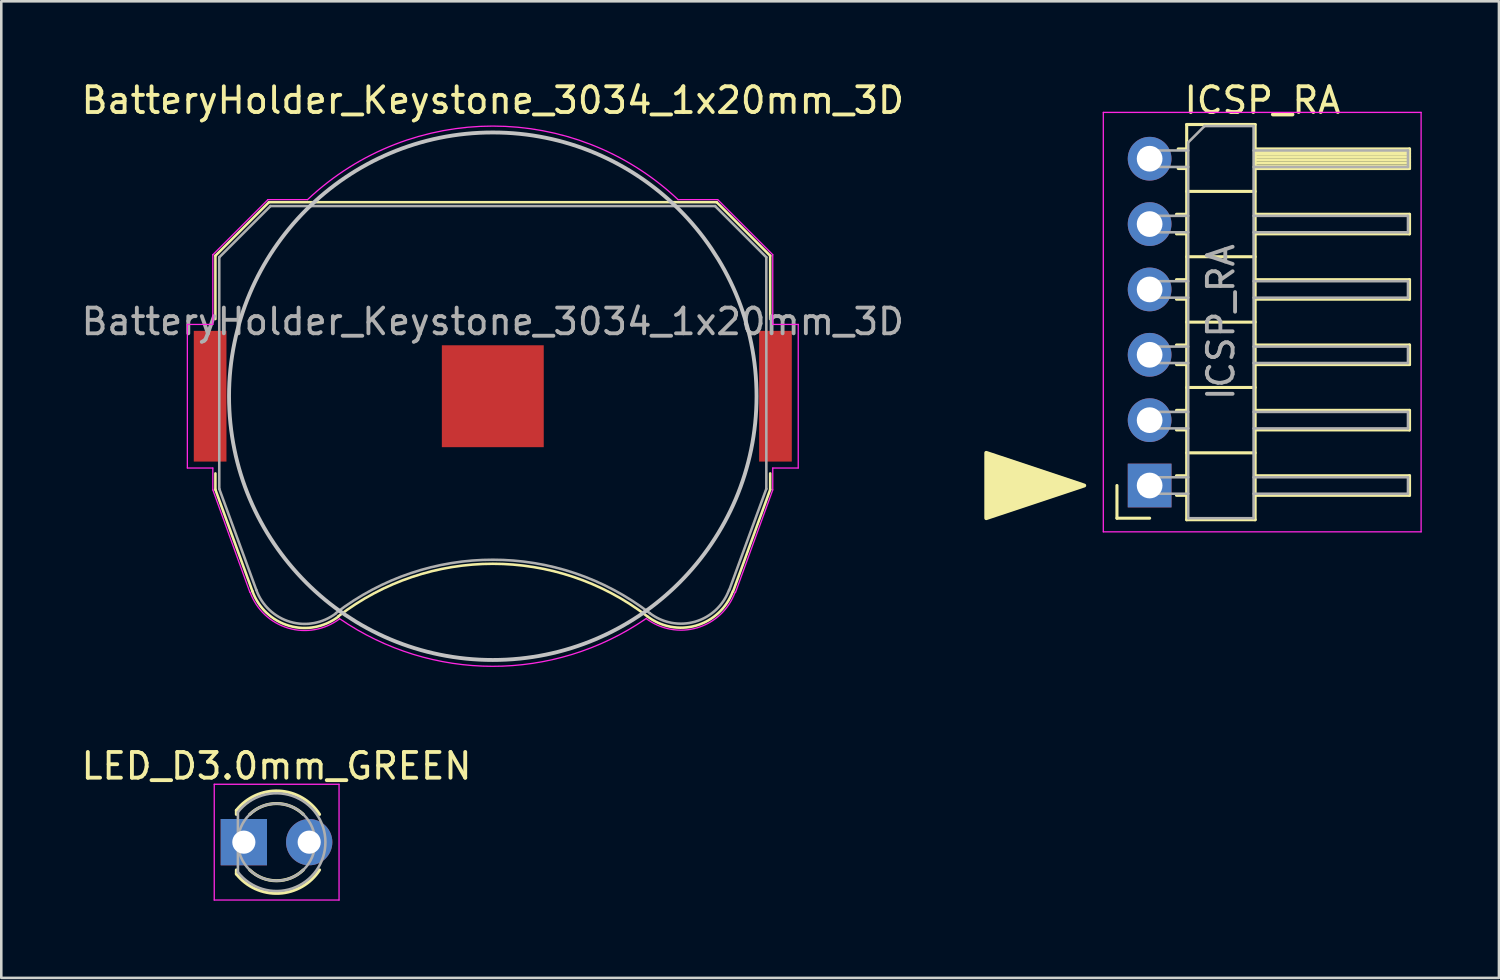
<source format=kicad_pcb>
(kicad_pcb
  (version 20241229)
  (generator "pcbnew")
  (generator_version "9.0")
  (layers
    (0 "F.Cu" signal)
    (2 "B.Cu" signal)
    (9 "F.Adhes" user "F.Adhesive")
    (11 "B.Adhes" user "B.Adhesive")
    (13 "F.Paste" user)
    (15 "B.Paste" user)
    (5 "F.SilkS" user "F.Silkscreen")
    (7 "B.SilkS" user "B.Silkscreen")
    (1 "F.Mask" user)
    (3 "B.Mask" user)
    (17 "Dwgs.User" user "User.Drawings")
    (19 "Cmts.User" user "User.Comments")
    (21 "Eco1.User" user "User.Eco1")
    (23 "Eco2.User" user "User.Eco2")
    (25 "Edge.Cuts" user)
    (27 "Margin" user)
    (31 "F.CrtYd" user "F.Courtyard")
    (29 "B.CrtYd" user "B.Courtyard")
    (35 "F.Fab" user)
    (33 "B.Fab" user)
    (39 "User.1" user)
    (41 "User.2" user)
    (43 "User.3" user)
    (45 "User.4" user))
  (footprint "ICSP_RA"
    (layer "F.Cu")
    (at 41.627 3.118)
    (property "Reference" "ICSP_RA" (at 4.385 -2.27 0) (layer "F.SilkS") (effects (font (size 1 1) (thickness 0.15))))
    (attr through_hole)
    (fp_line (start -1.27 13.97) (end -1.27 12.7) (stroke (width 0.12) (type solid)) (layer "F.SilkS"))
    (fp_line (start 0 13.97) (end -1.27 13.97) (stroke (width 0.12) (type solid)) (layer "F.SilkS"))
    (fp_line (start 1.043 2.16) (end 1.44 2.16) (stroke (width 0.12) (type solid)) (layer "F.SilkS"))
    (fp_line (start 1.043 2.92) (end 1.44 2.92) (stroke (width 0.12) (type solid)) (layer "F.SilkS"))
    (fp_line (start 1.043 4.7) (end 1.44 4.7) (stroke (width 0.12) (type solid)) (layer "F.SilkS"))
    (fp_line (start 1.043 5.46) (end 1.44 5.46) (stroke (width 0.12) (type solid)) (layer "F.SilkS"))
    (fp_line (start 1.043 7.24) (end 1.44 7.24) (stroke (width 0.12) (type solid)) (layer "F.SilkS"))
    (fp_line (start 1.043 8) (end 1.44 8) (stroke (width 0.12) (type solid)) (layer "F.SilkS"))
    (fp_line (start 1.043 9.78) (end 1.44 9.78) (stroke (width 0.12) (type solid)) (layer "F.SilkS"))
    (fp_line (start 1.043 10.54) (end 1.44 10.54) (stroke (width 0.12) (type solid)) (layer "F.SilkS"))
    (fp_line (start 1.043 12.32) (end 1.44 12.32) (stroke (width 0.12) (type solid)) (layer "F.SilkS"))
    (fp_line (start 1.043 13.08) (end 1.44 13.08) (stroke (width 0.12) (type solid)) (layer "F.SilkS"))
    (fp_line (start 1.11 -0.38) (end 1.44 -0.38) (stroke (width 0.12) (type solid)) (layer "F.SilkS"))
    (fp_line (start 1.11 0.38) (end 1.44 0.38) (stroke (width 0.12) (type solid)) (layer "F.SilkS"))
    (fp_line (start 1.44 -1.33) (end 1.44 14.03) (stroke (width 0.12) (type solid)) (layer "F.SilkS"))
    (fp_line (start 1.44 1.27) (end 4.1 1.27) (stroke (width 0.12) (type solid)) (layer "F.SilkS"))
    (fp_line (start 1.44 3.81) (end 4.1 3.81) (stroke (width 0.12) (type solid)) (layer "F.SilkS"))
    (fp_line (start 1.44 6.35) (end 4.1 6.35) (stroke (width 0.12) (type solid)) (layer "F.SilkS"))
    (fp_line (start 1.44 8.89) (end 4.1 8.89) (stroke (width 0.12) (type solid)) (layer "F.SilkS"))
    (fp_line (start 1.44 11.43) (end 4.1 11.43) (stroke (width 0.12) (type solid)) (layer "F.SilkS"))
    (fp_line (start 1.44 14.03) (end 4.1 14.03) (stroke (width 0.12) (type solid)) (layer "F.SilkS"))
    (fp_line (start 4.1 -1.33) (end 1.44 -1.33) (stroke (width 0.12) (type solid)) (layer "F.SilkS"))
    (fp_line (start 4.1 -0.38) (end 10.1 -0.38) (stroke (width 0.12) (type solid)) (layer "F.SilkS"))
    (fp_line (start 4.1 -0.32) (end 10.1 -0.32) (stroke (width 0.12) (type solid)) (layer "F.SilkS"))
    (fp_line (start 4.1 -0.2) (end 10.1 -0.2) (stroke (width 0.12) (type solid)) (layer "F.SilkS"))
    (fp_line (start 4.1 -0.08) (end 10.1 -0.08) (stroke (width 0.12) (type solid)) (layer "F.SilkS"))
    (fp_line (start 4.1 0.04) (end 10.1 0.04) (stroke (width 0.12) (type solid)) (layer "F.SilkS"))
    (fp_line (start 4.1 0.16) (end 10.1 0.16) (stroke (width 0.12) (type solid)) (layer "F.SilkS"))
    (fp_line (start 4.1 0.28) (end 10.1 0.28) (stroke (width 0.12) (type solid)) (layer "F.SilkS"))
    (fp_line (start 4.1 2.16) (end 10.1 2.16) (stroke (width 0.12) (type solid)) (layer "F.SilkS"))
    (fp_line (start 4.1 4.7) (end 10.1 4.7) (stroke (width 0.12) (type solid)) (layer "F.SilkS"))
    (fp_line (start 4.1 7.24) (end 10.1 7.24) (stroke (width 0.12) (type solid)) (layer "F.SilkS"))
    (fp_line (start 4.1 9.78) (end 10.1 9.78) (stroke (width 0.12) (type solid)) (layer "F.SilkS"))
    (fp_line (start 4.1 12.32) (end 10.1 12.32) (stroke (width 0.12) (type solid)) (layer "F.SilkS"))
    (fp_line (start 4.1 14.03) (end 4.1 -1.33) (stroke (width 0.12) (type solid)) (layer "F.SilkS"))
    (fp_line (start 10.1 -0.38) (end 10.1 0.38) (stroke (width 0.12) (type solid)) (layer "F.SilkS"))
    (fp_line (start 10.1 0.38) (end 4.1 0.38) (stroke (width 0.12) (type solid)) (layer "F.SilkS"))
    (fp_line (start 10.1 2.16) (end 10.1 2.92) (stroke (width 0.12) (type solid)) (layer "F.SilkS"))
    (fp_line (start 10.1 2.92) (end 4.1 2.92) (stroke (width 0.12) (type solid)) (layer "F.SilkS"))
    (fp_line (start 10.1 4.7) (end 10.1 5.46) (stroke (width 0.12) (type solid)) (layer "F.SilkS"))
    (fp_line (start 10.1 5.46) (end 4.1 5.46) (stroke (width 0.12) (type solid)) (layer "F.SilkS"))
    (fp_line (start 10.1 7.24) (end 10.1 8) (stroke (width 0.12) (type solid)) (layer "F.SilkS"))
    (fp_line (start 10.1 8) (end 4.1 8) (stroke (width 0.12) (type solid)) (layer "F.SilkS"))
    (fp_line (start 10.1 9.78) (end 10.1 10.54) (stroke (width 0.12) (type solid)) (layer "F.SilkS"))
    (fp_line (start 10.1 10.54) (end 4.1 10.54) (stroke (width 0.12) (type solid)) (layer "F.SilkS"))
    (fp_line (start 10.1 12.32) (end 10.1 13.08) (stroke (width 0.12) (type solid)) (layer "F.SilkS"))
    (fp_line (start 10.1 13.08) (end 4.1 13.08) (stroke (width 0.12) (type solid)) (layer "F.SilkS"))
    (fp_poly (pts (xy -6.35 11.43) (xy -6.35 13.97) (xy -2.54 12.7)) (stroke (width 0.15) (type solid)) (fill yes) (layer "F.SilkS"))
    (fp_line (start -1.8 -1.8) (end -1.8 14.5) (stroke (width 0.05) (type solid)) (layer "F.CrtYd"))
    (fp_line (start -1.8 14.5) (end 10.55 14.5) (stroke (width 0.05) (type solid)) (layer "F.CrtYd"))
    (fp_line (start 10.55 -1.8) (end -1.8 -1.8) (stroke (width 0.05) (type solid)) (layer "F.CrtYd"))
    (fp_line (start 10.55 14.5) (end 10.55 -1.8) (stroke (width 0.05) (type solid)) (layer "F.CrtYd"))
    (fp_line (start -0.32 -0.32) (end -0.32 0.32) (stroke (width 0.1) (type solid)) (layer "F.Fab"))
    (fp_line (start -0.32 -0.32) (end 1.5 -0.32) (stroke (width 0.1) (type solid)) (layer "F.Fab"))
    (fp_line (start -0.32 0.32) (end 1.5 0.32) (stroke (width 0.1) (type solid)) (layer "F.Fab"))
    (fp_line (start -0.32 2.22) (end -0.32 2.86) (stroke (width 0.1) (type solid)) (layer "F.Fab"))
    (fp_line (start -0.32 2.22) (end 1.5 2.22) (stroke (width 0.1) (type solid)) (layer "F.Fab"))
    (fp_line (start -0.32 2.86) (end 1.5 2.86) (stroke (width 0.1) (type solid)) (layer "F.Fab"))
    (fp_line (start -0.32 4.76) (end -0.32 5.4) (stroke (width 0.1) (type solid)) (layer "F.Fab"))
    (fp_line (start -0.32 4.76) (end 1.5 4.76) (stroke (width 0.1) (type solid)) (layer "F.Fab"))
    (fp_line (start -0.32 5.4) (end 1.5 5.4) (stroke (width 0.1) (type solid)) (layer "F.Fab"))
    (fp_line (start -0.32 7.3) (end -0.32 7.94) (stroke (width 0.1) (type solid)) (layer "F.Fab"))
    (fp_line (start -0.32 7.3) (end 1.5 7.3) (stroke (width 0.1) (type solid)) (layer "F.Fab"))
    (fp_line (start -0.32 7.94) (end 1.5 7.94) (stroke (width 0.1) (type solid)) (layer "F.Fab"))
    (fp_line (start -0.32 9.84) (end -0.32 10.48) (stroke (width 0.1) (type solid)) (layer "F.Fab"))
    (fp_line (start -0.32 9.84) (end 1.5 9.84) (stroke (width 0.1) (type solid)) (layer "F.Fab"))
    (fp_line (start -0.32 10.48) (end 1.5 10.48) (stroke (width 0.1) (type solid)) (layer "F.Fab"))
    (fp_line (start -0.32 12.38) (end -0.32 13.02) (stroke (width 0.1) (type solid)) (layer "F.Fab"))
    (fp_line (start -0.32 12.38) (end 1.5 12.38) (stroke (width 0.1) (type solid)) (layer "F.Fab"))
    (fp_line (start -0.32 13.02) (end 1.5 13.02) (stroke (width 0.1) (type solid)) (layer "F.Fab"))
    (fp_line (start 1.5 -0.635) (end 2.135 -1.27) (stroke (width 0.1) (type solid)) (layer "F.Fab"))
    (fp_line (start 1.5 13.97) (end 1.5 -0.635) (stroke (width 0.1) (type solid)) (layer "F.Fab"))
    (fp_line (start 2.135 -1.27) (end 4.04 -1.27) (stroke (width 0.1) (type solid)) (layer "F.Fab"))
    (fp_line (start 4.04 -1.27) (end 4.04 13.97) (stroke (width 0.1) (type solid)) (layer "F.Fab"))
    (fp_line (start 4.04 -0.32) (end 10.04 -0.32) (stroke (width 0.1) (type solid)) (layer "F.Fab"))
    (fp_line (start 4.04 0.32) (end 10.04 0.32) (stroke (width 0.1) (type solid)) (layer "F.Fab"))
    (fp_line (start 4.04 2.22) (end 10.04 2.22) (stroke (width 0.1) (type solid)) (layer "F.Fab"))
    (fp_line (start 4.04 2.86) (end 10.04 2.86) (stroke (width 0.1) (type solid)) (layer "F.Fab"))
    (fp_line (start 4.04 4.76) (end 10.04 4.76) (stroke (width 0.1) (type solid)) (layer "F.Fab"))
    (fp_line (start 4.04 5.4) (end 10.04 5.4) (stroke (width 0.1) (type solid)) (layer "F.Fab"))
    (fp_line (start 4.04 7.3) (end 10.04 7.3) (stroke (width 0.1) (type solid)) (layer "F.Fab"))
    (fp_line (start 4.04 7.94) (end 10.04 7.94) (stroke (width 0.1) (type solid)) (layer "F.Fab"))
    (fp_line (start 4.04 9.84) (end 10.04 9.84) (stroke (width 0.1) (type solid)) (layer "F.Fab"))
    (fp_line (start 4.04 10.48) (end 10.04 10.48) (stroke (width 0.1) (type solid)) (layer "F.Fab"))
    (fp_line (start 4.04 12.38) (end 10.04 12.38) (stroke (width 0.1) (type solid)) (layer "F.Fab"))
    (fp_line (start 4.04 13.02) (end 10.04 13.02) (stroke (width 0.1) (type solid)) (layer "F.Fab"))
    (fp_line (start 4.04 13.97) (end 1.5 13.97) (stroke (width 0.1) (type solid)) (layer "F.Fab"))
    (fp_line (start 10.04 -0.32) (end 10.04 0.32) (stroke (width 0.1) (type solid)) (layer "F.Fab"))
    (fp_line (start 10.04 2.22) (end 10.04 2.86) (stroke (width 0.1) (type solid)) (layer "F.Fab"))
    (fp_line (start 10.04 4.76) (end 10.04 5.4) (stroke (width 0.1) (type solid)) (layer "F.Fab"))
    (fp_line (start 10.04 7.3) (end 10.04 7.94) (stroke (width 0.1) (type solid)) (layer "F.Fab"))
    (fp_line (start 10.04 9.84) (end 10.04 10.48) (stroke (width 0.1) (type solid)) (layer "F.Fab"))
    (fp_line (start 10.04 12.38) (end 10.04 13.02) (stroke (width 0.1) (type solid)) (layer "F.Fab"))
    (fp_text user "${REFERENCE}" (at 2.77 6.35 90) (layer "F.Fab") (effects (font (size 1 1) (thickness 0.15))))
    (pad "1" thru_hole rect (at 0 12.7) (size 1.7 1.7) (drill 1) (layers "*.Cu" "*.Mask"))
    (pad "2" thru_hole oval (at 0 10.16) (size 1.7 1.7) (drill 1) (layers "*.Cu" "*.Mask"))
    (pad "3" thru_hole oval (at 0 7.62) (size 1.7 1.7) (drill 1) (layers "*.Cu" "*.Mask"))
    (pad "4" thru_hole oval (at 0 5.08) (size 1.7 1.7) (drill 1) (layers "*.Cu" "*.Mask"))
    (pad "5" thru_hole oval (at 0 2.54) (size 1.7 1.7) (drill 1) (layers "*.Cu" "*.Mask"))
    (pad "6" thru_hole oval (at 0 0) (size 1.7 1.7) (drill 1) (layers "*.Cu" "*.Mask")))
  (footprint "LED_D3.0mm_GREEN"
    (layer "F.Cu")
    (at 6.426 29.678)
    (property "Reference" "LED_D3.0mm_GREEN" (at 1.27 -2.96 0) (layer "F.SilkS") (effects (font (size 1 1) (thickness 0.15))))
    (attr through_hole)
    (fp_line (start -0.29 -1.236) (end -0.29 -1.08) (stroke (width 0.12) (type solid)) (layer "F.SilkS"))
    (fp_line (start -0.29 1.08) (end -0.29 1.236) (stroke (width 0.12) (type solid)) (layer "F.SilkS"))
    (fp_arc (start -0.29 -1.235516) (mid 1.366487 -1.987659) (end 2.942335 -1.078608) (stroke (width 0.12) (type solid)) (layer "F.SilkS"))
    (fp_arc (start 0.229039 -1.08) (mid 1.270117 -1.5) (end 2.31113 -1.079837) (stroke (width 0.12) (type solid)) (layer "F.SilkS"))
    (fp_arc (start 2.31113 1.079837) (mid 1.270117 1.5) (end 0.229039 1.08) (stroke (width 0.12) (type solid)) (layer "F.SilkS"))
    (fp_arc (start 2.942335 1.078608) (mid 1.366487 1.987659) (end -0.29 1.235516) (stroke (width 0.12) (type solid)) (layer "F.SilkS"))
    (fp_line (start -1.15 -2.25) (end -1.15 2.25) (stroke (width 0.05) (type solid)) (layer "F.CrtYd"))
    (fp_line (start -1.15 2.25) (end 3.7 2.25) (stroke (width 0.05) (type solid)) (layer "F.CrtYd"))
    (fp_line (start 3.7 -2.25) (end -1.15 -2.25) (stroke (width 0.05) (type solid)) (layer "F.CrtYd"))
    (fp_line (start 3.7 2.25) (end 3.7 -2.25) (stroke (width 0.05) (type solid)) (layer "F.CrtYd"))
    (fp_line (start -0.23 -1.166) (end -0.23 1.166) (stroke (width 0.1) (type solid)) (layer "F.Fab"))
    (fp_arc (start -0.23 -1.16619) (mid 3.17 0.000452) (end -0.230555 1.165476) (stroke (width 0.1) (type solid)) (layer "F.Fab"))
    (fp_circle (center 1.27 0) (end 2.77 0) (stroke (width 0.1) (type solid)) (fill no) (layer "F.Fab"))
    (pad "1" thru_hole rect (at 0 0) (size 1.8 1.8) (drill 0.9) (layers "*.Cu" "*.Mask"))
    (pad "2" thru_hole circle (at 2.54 0) (size 1.8 1.8) (drill 0.9) (layers "*.Cu" "*.Mask")))
  (footprint "BatteryHolder_Keystone_3034_1x20mm_3D"
    (layer "F.Cu")
    (at 16.101 12.348)
    (property "Reference" "BatteryHolder_Keystone_3034_1x20mm_3D" (at 0 -11.5 0) (layer "F.SilkS") (effects (font (size 1 1) (thickness 0.15))))
    (attr smd)
    (fp_line (start -10.78 -5.46) (end -10.78 -3) (stroke (width 0.1) (type solid)) (layer "F.SilkS"))
    (fp_line (start -10.78 3) (end -10.78 3.63) (stroke (width 0.1) (type solid)) (layer "F.SilkS"))
    (fp_line (start -10.78 3.63) (end -9.34 7.58) (stroke (width 0.1) (type solid)) (layer "F.SilkS"))
    (fp_line (start -8.7 -7.54) (end -10.78 -5.46) (stroke (width 0.1) (type solid)) (layer "F.SilkS"))
    (fp_line (start 8.7 -7.54) (end -8.7 -7.54) (stroke (width 0.1) (type solid)) (layer "F.SilkS"))
    (fp_line (start 8.7 -7.54) (end 10.78 -5.46) (stroke (width 0.1) (type solid)) (layer "F.SilkS"))
    (fp_line (start 10.78 -5.46) (end 10.78 -3) (stroke (width 0.1) (type solid)) (layer "F.SilkS"))
    (fp_line (start 10.78 3) (end 10.78 3.63) (stroke (width 0.1) (type solid)) (layer "F.SilkS"))
    (fp_line (start 10.78 3.63) (end 9.34 7.58) (stroke (width 0.1) (type solid)) (layer "F.SilkS"))
    (fp_arc (start -6.0046 8.553536) (mid -0.002901 6.511341) (end 6 8.55) (stroke (width 0.1) (type solid)) (layer "F.SilkS"))
    (fp_arc (start -6.003354 8.56653) (mid -7.921654 8.918738) (end -9.34 7.58) (stroke (width 0.1) (type solid)) (layer "F.SilkS"))
    (fp_arc (start 9.325243 7.588169) (mid 7.90634 8.911668) (end 6 8.55) (stroke (width 0.1) (type solid)) (layer "F.SilkS"))
    (fp_circle (center 0 0) (end 0 10.25) (stroke (width 0.15) (type solid)) (fill no) (layer "Dwgs.User"))
    (fp_line (start -11.87 -2.79) (end -11.87 2.79) (stroke (width 0.05) (type solid)) (layer "F.CrtYd"))
    (fp_line (start -11.87 2.79) (end -10.88 2.79) (stroke (width 0.05) (type solid)) (layer "F.CrtYd"))
    (fp_line (start -10.88 -5.5) (end -10.88 -2.79) (stroke (width 0.05) (type solid)) (layer "F.CrtYd"))
    (fp_line (start -10.88 -2.79) (end -11.87 -2.79) (stroke (width 0.05) (type solid)) (layer "F.CrtYd"))
    (fp_line (start -10.88 2.79) (end -10.88 3.64) (stroke (width 0.05) (type solid)) (layer "F.CrtYd"))
    (fp_line (start -10.88 3.64) (end -9.44 7.62) (stroke (width 0.05) (type solid)) (layer "F.CrtYd"))
    (fp_line (start -8.74 -7.64) (end -10.88 -5.5) (stroke (width 0.05) (type solid)) (layer "F.CrtYd"))
    (fp_line (start -7.2 -7.64) (end -8.74 -7.64) (stroke (width 0.05) (type solid)) (layer "F.CrtYd"))
    (fp_line (start 8.74 -7.64) (end 7.2 -7.64) (stroke (width 0.05) (type solid)) (layer "F.CrtYd"))
    (fp_line (start 9.43 7.63) (end 10.88 3.64) (stroke (width 0.05) (type solid)) (layer "F.CrtYd"))
    (fp_line (start 10.88 -5.5) (end 8.74 -7.64) (stroke (width 0.05) (type solid)) (layer "F.CrtYd"))
    (fp_line (start 10.88 -2.79) (end 10.88 -5.5) (stroke (width 0.05) (type solid)) (layer "F.CrtYd"))
    (fp_line (start 10.88 2.79) (end 11.87 2.79) (stroke (width 0.05) (type solid)) (layer "F.CrtYd"))
    (fp_line (start 10.88 3.64) (end 10.88 2.79) (stroke (width 0.05) (type solid)) (layer "F.CrtYd"))
    (fp_line (start 11.87 -2.79) (end 10.88 -2.79) (stroke (width 0.05) (type solid)) (layer "F.CrtYd"))
    (fp_line (start 11.87 2.79) (end 11.87 -2.79) (stroke (width 0.05) (type solid)) (layer "F.CrtYd"))
    (fp_arc (start -7.199546 -7.640427) (mid 0.000312 -10.498075) (end 7.2 -7.64) (stroke (width 0.05) (type solid)) (layer "F.CrtYd"))
    (fp_arc (start -5.956965 8.654604) (mid -7.953941 9.011629) (end -9.43 7.62) (stroke (width 0.05) (type solid)) (layer "F.CrtYd"))
    (fp_arc (start 5.945368 8.650075) (mid -0.008883 10.496243) (end -5.96 8.64) (stroke (width 0.05) (type solid)) (layer "F.CrtYd"))
    (fp_arc (start 9.415144 7.621341) (mid 7.944017 9.000493) (end 5.96 8.64) (stroke (width 0.05) (type solid)) (layer "F.CrtYd"))
    (fp_line (start -10.63 -5.4) (end -8.64 -7.39) (stroke (width 0.1) (type solid)) (layer "F.Fab"))
    (fp_line (start -10.63 3.6) (end -10.63 -5.4) (stroke (width 0.1) (type solid)) (layer "F.Fab"))
    (fp_line (start -9.19 7.53) (end -10.63 3.6) (stroke (width 0.1) (type solid)) (layer "F.Fab"))
    (fp_line (start -8.64 -7.39) (end 8.64 -7.39) (stroke (width 0.1) (type solid)) (layer "F.Fab"))
    (fp_line (start 8.64 -7.39) (end 10.63 -5.4) (stroke (width 0.1) (type solid)) (layer "F.Fab"))
    (fp_line (start 10.63 -5.4) (end 10.63 3.6) (stroke (width 0.1) (type solid)) (layer "F.Fab"))
    (fp_line (start 10.63 3.6) (end 9.19 7.53) (stroke (width 0.1) (type solid)) (layer "F.Fab"))
    (fp_arc (start -6.096146 8.438508) (mid -7.87328 8.768206) (end -9.19 7.53) (stroke (width 0.1) (type solid)) (layer "F.Fab"))
    (fp_arc (start -6.094852 8.426043) (mid 0.003247 6.355257) (end 6.1 8.43) (stroke (width 0.1) (type solid)) (layer "F.Fab"))
    (fp_arc (start 9.180727 7.528882) (mid 7.868698 8.760067) (end 6.1 8.43) (stroke (width 0.1) (type solid)) (layer "F.Fab"))
    (fp_text user "${REFERENCE}" (at 0 -2.9 0) (layer "F.Fab") (effects (font (size 1 1) (thickness 0.15))))
    (pad "1" smd rect (at -10.985 0) (size 1.27 5.08) (layers "F.Cu" "F.Mask" "F.Paste"))
    (pad "1" smd rect (at 10.985 0) (size 1.27 5.08) (layers "F.Cu" "F.Mask" "F.Paste"))
    (pad "2" smd rect (at 0 0) (size 3.96 3.96) (layers "F.Cu" "F.Mask" "F.Paste")))
  (gr_rect
    (start -3 -3)
    (end 55.202 34.953)
    (stroke (width 0.1) (type default))
    (fill no)
    (layer "Edge.Cuts")))
</source>
